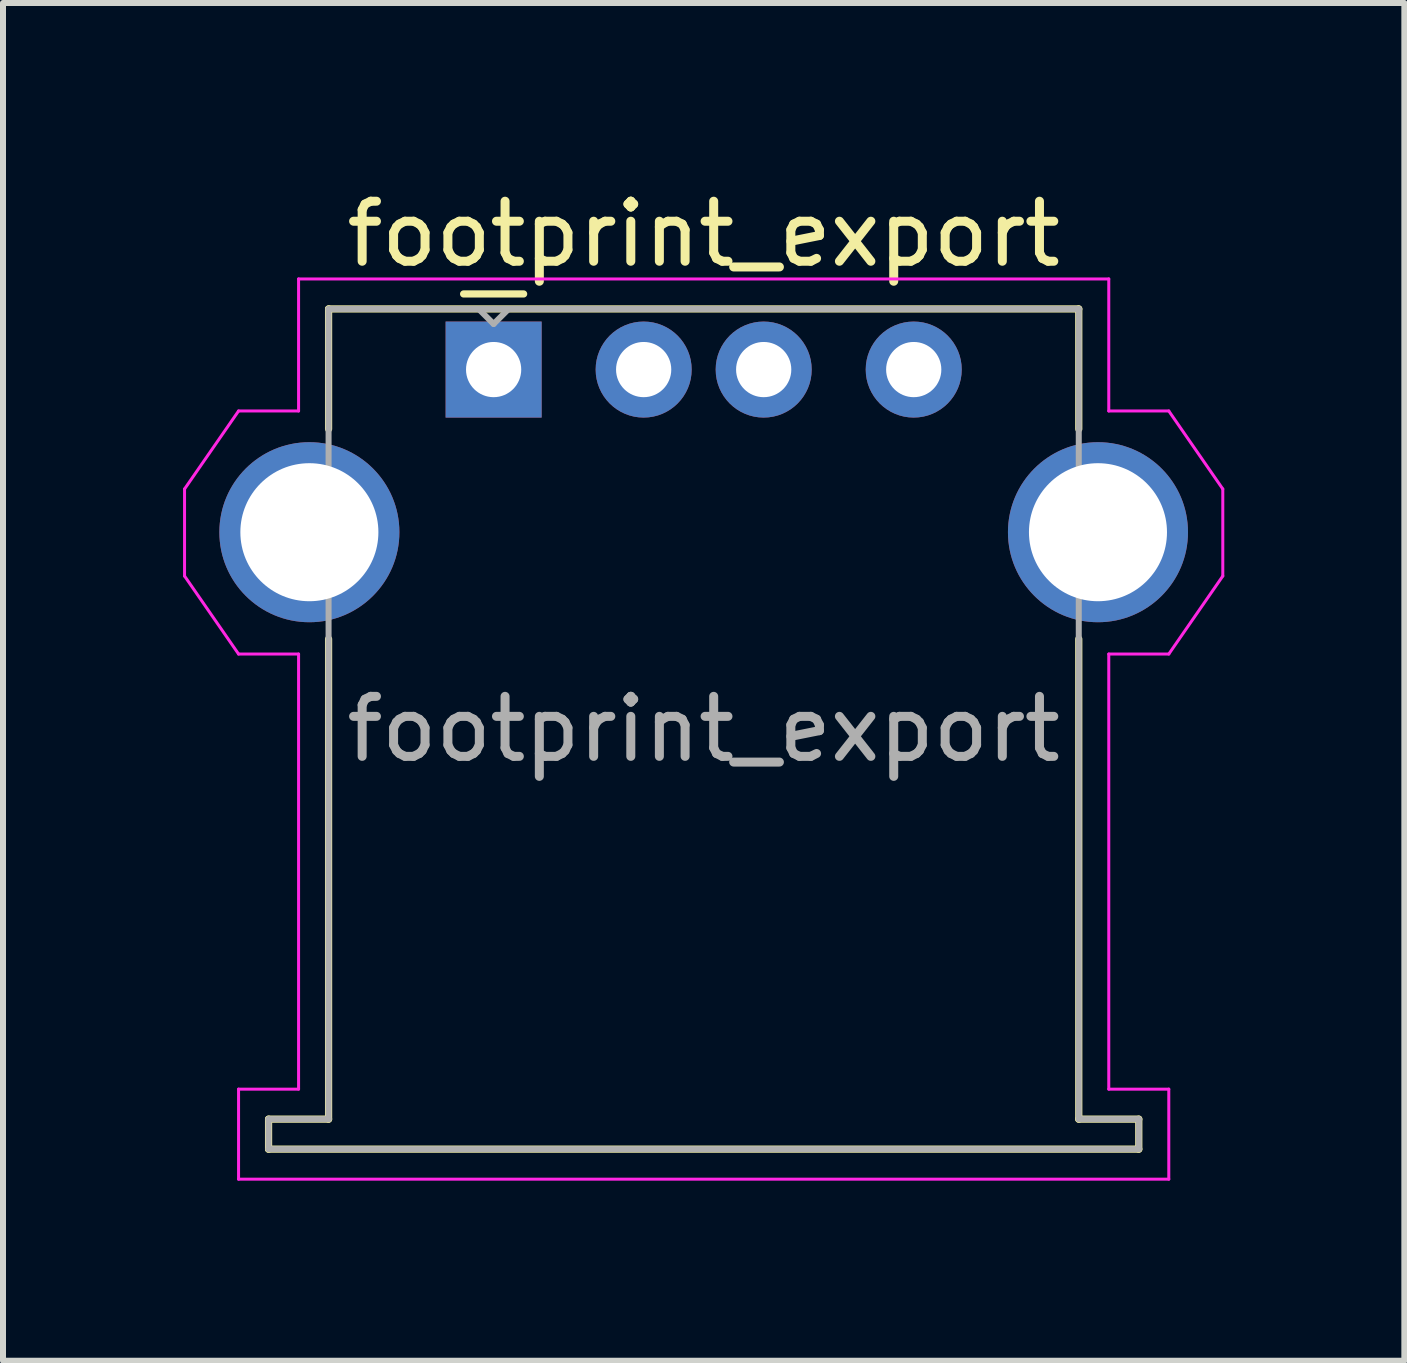
<source format=kicad_pcb>
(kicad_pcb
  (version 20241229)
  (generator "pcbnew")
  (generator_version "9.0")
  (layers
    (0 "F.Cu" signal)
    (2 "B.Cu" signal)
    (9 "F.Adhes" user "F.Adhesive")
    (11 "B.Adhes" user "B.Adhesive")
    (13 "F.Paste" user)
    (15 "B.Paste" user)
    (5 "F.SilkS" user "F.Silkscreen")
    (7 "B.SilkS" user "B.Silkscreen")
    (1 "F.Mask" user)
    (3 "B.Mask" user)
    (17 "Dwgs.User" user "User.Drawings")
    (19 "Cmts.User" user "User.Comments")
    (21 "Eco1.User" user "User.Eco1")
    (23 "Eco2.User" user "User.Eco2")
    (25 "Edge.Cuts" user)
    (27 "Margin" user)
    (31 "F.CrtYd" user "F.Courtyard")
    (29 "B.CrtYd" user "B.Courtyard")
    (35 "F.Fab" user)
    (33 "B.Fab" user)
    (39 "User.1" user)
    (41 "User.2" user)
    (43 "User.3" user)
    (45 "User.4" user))
  (footprint "footprint_export"
    (layer "F.Cu")
    (at 5.175 3.108)
    (property "Reference" "footprint_export" (at 3.5 -2.26 0) (layer "F.SilkS") (effects (font (size 1 1) (thickness 0.15))))
    (attr through_hole)
    (fp_line (start -3.75 12.49) (end -3.75 12.99) (stroke (width 0.12) (type solid)) (layer "F.SilkS"))
    (fp_line (start -3.75 12.99) (end 10.75 12.99) (stroke (width 0.12) (type solid)) (layer "F.SilkS"))
    (fp_line (start -2.75 -1.01) (end -2.75 0.99) (stroke (width 0.12) (type solid)) (layer "F.SilkS"))
    (fp_line (start -2.75 4.49) (end -2.75 12.49) (stroke (width 0.12) (type solid)) (layer "F.SilkS"))
    (fp_line (start -2.75 12.49) (end -3.75 12.49) (stroke (width 0.12) (type solid)) (layer "F.SilkS"))
    (fp_line (start -0.5 -1.26) (end 0.5 -1.26) (stroke (width 0.12) (type solid)) (layer "F.SilkS"))
    (fp_line (start 9.75 -1.01) (end -2.75 -1.01) (stroke (width 0.12) (type solid)) (layer "F.SilkS"))
    (fp_line (start 9.75 0.99) (end 9.75 -1.01) (stroke (width 0.12) (type solid)) (layer "F.SilkS"))
    (fp_line (start 9.75 12.49) (end 9.75 4.49) (stroke (width 0.12) (type solid)) (layer "F.SilkS"))
    (fp_line (start 10.75 12.49) (end 9.75 12.49) (stroke (width 0.12) (type solid)) (layer "F.SilkS"))
    (fp_line (start 10.75 12.99) (end 10.75 12.49) (stroke (width 0.12) (type solid)) (layer "F.SilkS"))
    (fp_line (start -5.15 1.99) (end -4.25 0.69) (stroke (width 0.05) (type solid)) (layer "F.CrtYd"))
    (fp_line (start -5.15 3.44) (end -5.15 1.99) (stroke (width 0.05) (type solid)) (layer "F.CrtYd"))
    (fp_line (start -5.15 3.44) (end -4.25 4.74) (stroke (width 0.05) (type solid)) (layer "F.CrtYd"))
    (fp_line (start -4.25 11.99) (end -4.25 13.49) (stroke (width 0.05) (type solid)) (layer "F.CrtYd"))
    (fp_line (start -4.25 13.49) (end 11.25 13.49) (stroke (width 0.05) (type solid)) (layer "F.CrtYd"))
    (fp_line (start -3.25 0.69) (end -4.25 0.69) (stroke (width 0.05) (type solid)) (layer "F.CrtYd"))
    (fp_line (start -3.25 0.69) (end -3.25 -1.51) (stroke (width 0.05) (type solid)) (layer "F.CrtYd"))
    (fp_line (start -3.25 4.74) (end -4.25 4.74) (stroke (width 0.05) (type solid)) (layer "F.CrtYd"))
    (fp_line (start -3.25 4.74) (end -3.25 11.99) (stroke (width 0.05) (type solid)) (layer "F.CrtYd"))
    (fp_line (start -3.25 11.99) (end -4.25 11.99) (stroke (width 0.05) (type solid)) (layer "F.CrtYd"))
    (fp_line (start 10.25 -1.51) (end -3.25 -1.51) (stroke (width 0.05) (type solid)) (layer "F.CrtYd"))
    (fp_line (start 10.25 0.69) (end 10.25 -1.51) (stroke (width 0.05) (type solid)) (layer "F.CrtYd"))
    (fp_line (start 10.25 0.69) (end 11.25 0.69) (stroke (width 0.05) (type solid)) (layer "F.CrtYd"))
    (fp_line (start 10.25 4.74) (end 11.25 4.74) (stroke (width 0.05) (type solid)) (layer "F.CrtYd"))
    (fp_line (start 10.25 11.99) (end 10.25 4.74) (stroke (width 0.05) (type solid)) (layer "F.CrtYd"))
    (fp_line (start 11.25 11.99) (end 10.25 11.99) (stroke (width 0.05) (type solid)) (layer "F.CrtYd"))
    (fp_line (start 11.25 13.49) (end 11.25 11.99) (stroke (width 0.05) (type solid)) (layer "F.CrtYd"))
    (fp_line (start 12.15 1.99) (end 11.25 0.69) (stroke (width 0.05) (type solid)) (layer "F.CrtYd"))
    (fp_line (start 12.15 1.99) (end 12.15 3.44) (stroke (width 0.05) (type solid)) (layer "F.CrtYd"))
    (fp_line (start 12.15 3.44) (end 11.25 4.74) (stroke (width 0.05) (type solid)) (layer "F.CrtYd"))
    (fp_line (start -3.75 12.49) (end -2.75 12.49) (stroke (width 0.1) (type solid)) (layer "F.Fab"))
    (fp_line (start -3.75 12.99) (end -3.75 12.49) (stroke (width 0.1) (type solid)) (layer "F.Fab"))
    (fp_line (start -3.75 12.99) (end 10.75 12.99) (stroke (width 0.1) (type solid)) (layer "F.Fab"))
    (fp_line (start -2.75 -1.01) (end 9.75 -1.01) (stroke (width 0.1) (type solid)) (layer "F.Fab"))
    (fp_line (start -2.75 12.49) (end -2.75 -1.01) (stroke (width 0.1) (type solid)) (layer "F.Fab"))
    (fp_line (start -0.25 -1.01) (end 0 -0.76) (stroke (width 0.1) (type solid)) (layer "F.Fab"))
    (fp_line (start 0 -0.76) (end 0.25 -1.01) (stroke (width 0.1) (type solid)) (layer "F.Fab"))
    (fp_line (start 9.75 12.49) (end 9.75 -1.01) (stroke (width 0.1) (type solid)) (layer "F.Fab"))
    (fp_line (start 9.75 12.49) (end 10.75 12.49) (stroke (width 0.1) (type solid)) (layer "F.Fab"))
    (fp_line (start 10.75 12.49) (end 10.75 12.99) (stroke (width 0.1) (type solid)) (layer "F.Fab"))
    (fp_text user "${REFERENCE}" (at 3.5 5.99 0) (layer "F.Fab") (effects (font (size 1 1) (thickness 0.15))))
    (pad "1" thru_hole rect (at 0 0) (size 1.6 1.6) (drill 0.92) (layers "*.Cu" "*.Mask"))
    (pad "2" thru_hole circle (at 2.5 0) (size 1.6 1.6) (drill 0.92) (layers "*.Cu" "*.Mask"))
    (pad "3" thru_hole circle (at 4.5 0) (size 1.6 1.6) (drill 0.92) (layers "*.Cu" "*.Mask"))
    (pad "4" thru_hole circle (at 7 0) (size 1.6 1.6) (drill 0.92) (layers "*.Cu" "*.Mask"))
    (pad "5" thru_hole circle (at -3.07 2.71) (size 3 3) (drill 2.3) (layers "*.Cu" "*.Mask"))
    (pad "5" thru_hole circle (at 10.07 2.71) (size 3 3) (drill 2.3) (layers "*.Cu" "*.Mask")))
  (gr_rect
    (start -3 -3)
    (end 20.35 19.623)
    (stroke (width 0.1) (type default))
    (fill no)
    (layer "Edge.Cuts")))
</source>
